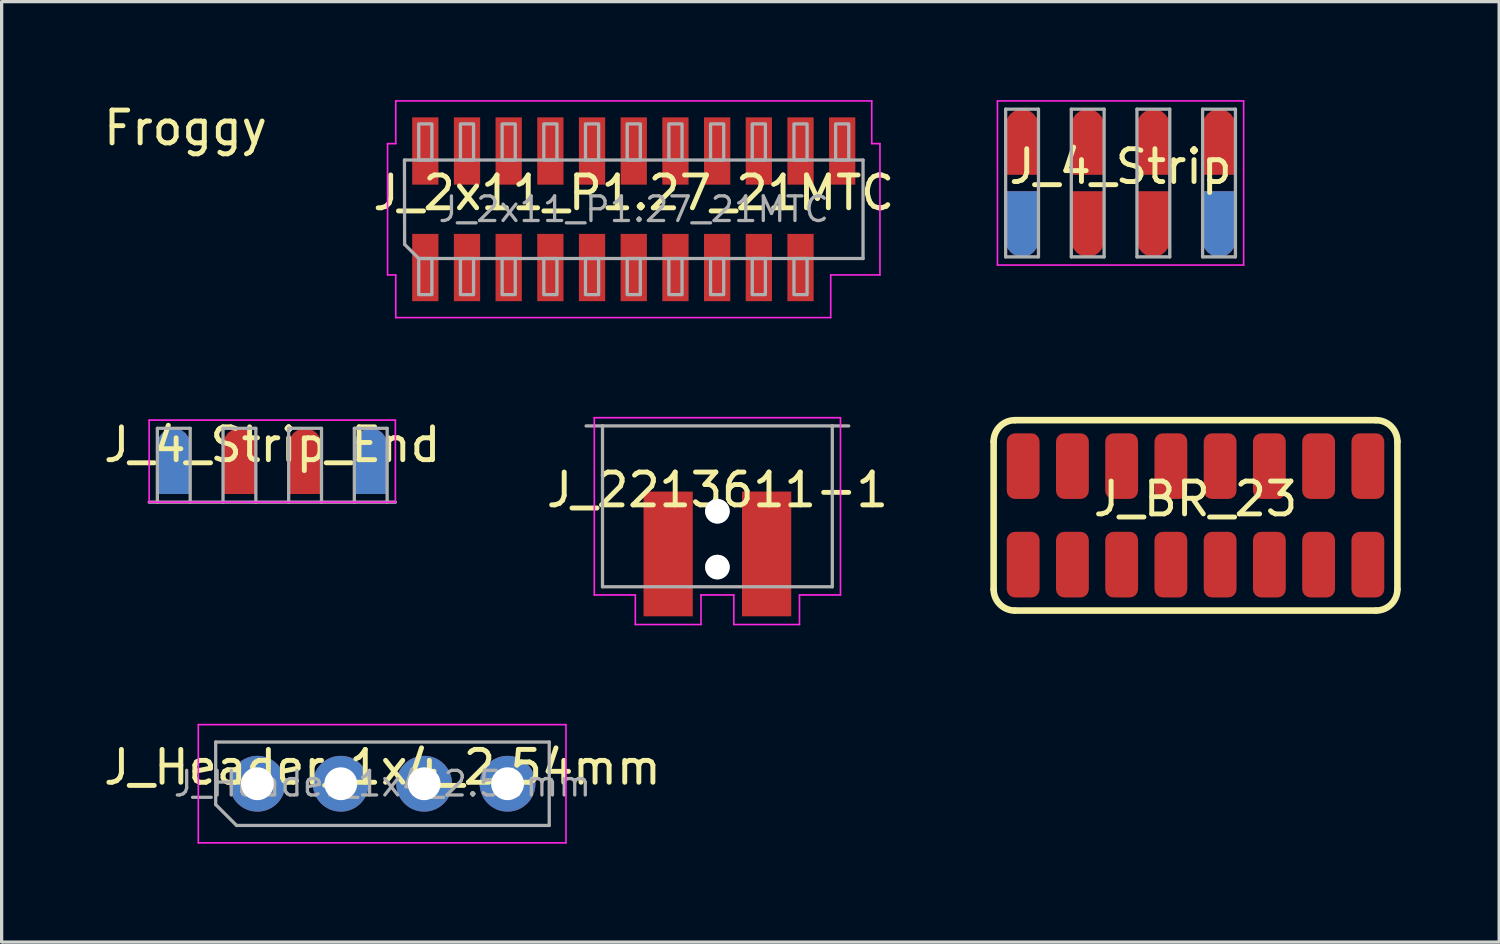
<source format=kicad_pcb>
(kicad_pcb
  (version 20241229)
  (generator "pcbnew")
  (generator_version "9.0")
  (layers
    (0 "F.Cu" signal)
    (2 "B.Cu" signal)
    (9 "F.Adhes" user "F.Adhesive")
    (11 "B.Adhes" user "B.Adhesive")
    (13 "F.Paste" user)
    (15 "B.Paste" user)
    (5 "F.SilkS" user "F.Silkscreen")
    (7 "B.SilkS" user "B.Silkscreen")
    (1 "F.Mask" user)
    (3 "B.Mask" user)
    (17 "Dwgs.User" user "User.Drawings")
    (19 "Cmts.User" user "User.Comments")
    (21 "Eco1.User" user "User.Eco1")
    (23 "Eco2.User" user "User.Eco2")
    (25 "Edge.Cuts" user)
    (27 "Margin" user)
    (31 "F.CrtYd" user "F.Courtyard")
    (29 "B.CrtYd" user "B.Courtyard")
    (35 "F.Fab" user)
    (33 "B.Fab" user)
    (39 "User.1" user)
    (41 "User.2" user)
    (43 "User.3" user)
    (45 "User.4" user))
  (footprint "J_Header_1x4_2.54mm"
    (layer "F.Cu")
    (at 8.601 20.825)
    (property "Reference" "J_Header_1x4_2.54mm" (at 0 -0.5 0) (unlocked yes) (layer "F.SilkS") (effects (font (size 1 1) (thickness 0.15))))
    (attr through_hole)
    (fp_line (start -5.61 -1.8) (end -5.61 1.8) (stroke (width 0.05) (type solid)) (layer "F.CrtYd"))
    (fp_line (start -5.61 1.8) (end 5.59 1.8) (stroke (width 0.05) (type solid)) (layer "F.CrtYd"))
    (fp_line (start 5.59 -1.8) (end -5.61 -1.8) (stroke (width 0.05) (type solid)) (layer "F.CrtYd"))
    (fp_line (start 5.59 1.8) (end 5.59 -1.8) (stroke (width 0.05) (type solid)) (layer "F.CrtYd"))
    (fp_line (start -5.08 -1.27) (end 5.08 -1.27) (stroke (width 0.1) (type solid)) (layer "F.Fab"))
    (fp_line (start -5.08 0.635) (end -5.08 -1.27) (stroke (width 0.1) (type solid)) (layer "F.Fab"))
    (fp_line (start -4.445 1.27) (end -5.08 0.635) (stroke (width 0.1) (type solid)) (layer "F.Fab"))
    (fp_line (start 5.08 -1.27) (end 5.08 1.27) (stroke (width 0.1) (type solid)) (layer "F.Fab"))
    (fp_line (start 5.08 1.27) (end -4.445 1.27) (stroke (width 0.1) (type solid)) (layer "F.Fab"))
    (fp_text user "${REFERENCE}" (at 0 0 180) (layer "F.Fab") (effects (font (size 0.75 0.75) (thickness 0.1))))
    (pad "1" thru_hole circle (at -3.81 0 90) (size 1.7 1.7) (drill 1) (layers "*.Cu" "*.Mask"))
    (pad "2" thru_hole oval (at -1.27 0 90) (size 1.7 1.7) (drill 1) (layers "*.Cu" "*.Mask"))
    (pad "3" thru_hole oval (at 1.27 0 90) (size 1.7 1.7) (drill 1) (layers "*.Cu" "*.Mask"))
    (pad "4" thru_hole oval (at 3.81 0 90) (size 1.7 1.7) (drill 1) (layers "*.Cu" "*.Mask")))
  (footprint "J_2x11_P1.27_21MTC"
    (layer "F.Cu")
    (at 16.256 3.325)
    (property "Reference" "J_2x11_P1.27_21MTC" (at 0 -0.5 0) (unlocked yes) (layer "F.SilkS") (effects (font (size 1 1) (thickness 0.15))))
    (attr smd)
    (fp_line (start -7.5 -2) (end -7.25 -2) (stroke (width 0.05) (type default)) (layer "F.CrtYd"))
    (fp_line (start -7.5 2) (end -7.5 -2) (stroke (width 0.05) (type default)) (layer "F.CrtYd"))
    (fp_line (start -7.25 -3.3) (end 7.25 -3.3) (stroke (width 0.05) (type default)) (layer "F.CrtYd"))
    (fp_line (start -7.25 -2) (end -7.25 -3.3) (stroke (width 0.05) (type default)) (layer "F.CrtYd"))
    (fp_line (start -7.25 2) (end -7.5 2) (stroke (width 0.05) (type default)) (layer "F.CrtYd"))
    (fp_line (start -7.25 3.3) (end -7.25 2) (stroke (width 0.05) (type default)) (layer "F.CrtYd"))
    (fp_line (start 6 2) (end 6 3.3) (stroke (width 0.05) (type default)) (layer "F.CrtYd"))
    (fp_line (start 6 3.3) (end -7.25 3.3) (stroke (width 0.05) (type default)) (layer "F.CrtYd"))
    (fp_line (start 7.25 -3.3) (end 7.25 -2) (stroke (width 0.05) (type default)) (layer "F.CrtYd"))
    (fp_line (start 7.25 -2) (end 7.5 -2) (stroke (width 0.05) (type default)) (layer "F.CrtYd"))
    (fp_line (start 7.5 -2) (end 7.5 2) (stroke (width 0.05) (type default)) (layer "F.CrtYd"))
    (fp_line (start 7.5 2) (end 6 2) (stroke (width 0.05) (type default)) (layer "F.CrtYd"))
    (fp_line (start -6.985 -1.5) (end 6.985 -1.5) (stroke (width 0.1) (type default)) (layer "F.Fab"))
    (fp_line (start -6.98 1.07) (end -6.985 -1.5) (stroke (width 0.1) (type default)) (layer "F.Fab"))
    (fp_line (start -6.55 1.5) (end -6.98 1.07) (stroke (width 0.1) (type default)) (layer "F.Fab"))
    (fp_line (start 6.985 -1.5) (end 6.985 1.5) (stroke (width 0.1) (type default)) (layer "F.Fab"))
    (fp_line (start 6.985 1.5) (end -6.55 1.5) (stroke (width 0.1) (type default)) (layer "F.Fab"))
    (fp_rect (start -6.55 -2.6) (end -6.15 -1.5) (stroke (width 0.1) (type default)) (fill no) (layer "F.Fab"))
    (fp_rect (start -6.55 1.5) (end -6.15 2.6) (stroke (width 0.1) (type default)) (fill no) (layer "F.Fab"))
    (fp_rect (start -5.28 -2.6) (end -4.88 -1.5) (stroke (width 0.1) (type default)) (fill no) (layer "F.Fab"))
    (fp_rect (start -5.28 1.5) (end -4.88 2.6) (stroke (width 0.1) (type default)) (fill no) (layer "F.Fab"))
    (fp_rect (start -4.01 -2.6) (end -3.61 -1.5) (stroke (width 0.1) (type default)) (fill no) (layer "F.Fab"))
    (fp_rect (start -4.01 1.5) (end -3.61 2.6) (stroke (width 0.1) (type default)) (fill no) (layer "F.Fab"))
    (fp_rect (start -2.74 -2.6) (end -2.34 -1.5) (stroke (width 0.1) (type default)) (fill no) (layer "F.Fab"))
    (fp_rect (start -2.74 1.5) (end -2.34 2.6) (stroke (width 0.1) (type default)) (fill no) (layer "F.Fab"))
    (fp_rect (start -1.47 -2.6) (end -1.07 -1.5) (stroke (width 0.1) (type default)) (fill no) (layer "F.Fab"))
    (fp_rect (start -1.47 1.5) (end -1.07 2.6) (stroke (width 0.1) (type default)) (fill no) (layer "F.Fab"))
    (fp_rect (start -0.2 -2.6) (end 0.2 -1.5) (stroke (width 0.1) (type default)) (fill no) (layer "F.Fab"))
    (fp_rect (start -0.2 1.5) (end 0.2 2.6) (stroke (width 0.1) (type default)) (fill no) (layer "F.Fab"))
    (fp_rect (start 1.07 -2.6) (end 1.47 -1.5) (stroke (width 0.1) (type default)) (fill no) (layer "F.Fab"))
    (fp_rect (start 1.07 1.5) (end 1.47 2.6) (stroke (width 0.1) (type default)) (fill no) (layer "F.Fab"))
    (fp_rect (start 2.34 -2.6) (end 2.74 -1.5) (stroke (width 0.1) (type default)) (fill no) (layer "F.Fab"))
    (fp_rect (start 2.34 1.5) (end 2.74 2.6) (stroke (width 0.1) (type default)) (fill no) (layer "F.Fab"))
    (fp_rect (start 3.61 -2.6) (end 4.01 -1.5) (stroke (width 0.1) (type default)) (fill no) (layer "F.Fab"))
    (fp_rect (start 3.61 1.5) (end 4.01 2.6) (stroke (width 0.1) (type default)) (fill no) (layer "F.Fab"))
    (fp_rect (start 4.88 -2.6) (end 5.28 -1.5) (stroke (width 0.1) (type default)) (fill no) (layer "F.Fab"))
    (fp_rect (start 4.88 1.5) (end 5.28 2.6) (stroke (width 0.1) (type default)) (fill no) (layer "F.Fab"))
    (fp_rect (start 6.15 -2.6) (end 6.55 -1.5) (stroke (width 0.1) (type default)) (fill no) (layer "F.Fab"))
    (fp_text user "${REFERENCE}" (at 0 0 0) (layer "F.Fab") (effects (font (size 0.75 0.75) (thickness 0.1))))
    (pad "1" smd rect (at -6.35 1.775 90) (size 2.05 0.8) (layers "F.Cu" "F.Mask" "F.Paste"))
    (pad "2" smd rect (at -5.08 1.775 90) (size 2.05 0.8) (layers "F.Cu" "F.Mask" "F.Paste"))
    (pad "3" smd rect (at -3.81 1.775 90) (size 2.05 0.8) (layers "F.Cu" "F.Mask" "F.Paste"))
    (pad "4" smd rect (at -2.54 1.775 90) (size 2.05 0.8) (layers "F.Cu" "F.Mask" "F.Paste"))
    (pad "5" smd rect (at -1.27 1.775 90) (size 2.05 0.8) (layers "F.Cu" "F.Mask" "F.Paste"))
    (pad "6" smd rect (at 0 1.775 90) (size 2.05 0.8) (layers "F.Cu" "F.Mask" "F.Paste"))
    (pad "7" smd rect (at 1.27 1.775 90) (size 2.05 0.8) (layers "F.Cu" "F.Mask" "F.Paste"))
    (pad "8" smd rect (at 2.54 1.775 90) (size 2.05 0.8) (layers "F.Cu" "F.Mask" "F.Paste"))
    (pad "9" smd rect (at 3.81 1.775 90) (size 2.05 0.8) (layers "F.Cu" "F.Mask" "F.Paste"))
    (pad "10" smd rect (at 5.08 1.775 90) (size 2.05 0.8) (layers "F.Cu" "F.Mask" "F.Paste"))
    (pad "12" smd rect (at 6.35 -1.775 90) (size 2.05 0.8) (layers "F.Cu" "F.Mask" "F.Paste"))
    (pad "13" smd rect (at 5.08 -1.775 90) (size 2.05 0.8) (layers "F.Cu" "F.Mask" "F.Paste"))
    (pad "14" smd rect (at 3.81 -1.775 90) (size 2.05 0.8) (layers "F.Cu" "F.Mask" "F.Paste"))
    (pad "15" smd rect (at 2.54 -1.775 90) (size 2.05 0.8) (layers "F.Cu" "F.Mask" "F.Paste"))
    (pad "16" smd rect (at 1.27 -1.775 90) (size 2.05 0.8) (layers "F.Cu" "F.Mask" "F.Paste"))
    (pad "17" smd rect (at 0 -1.775 90) (size 2.05 0.8) (layers "F.Cu" "F.Mask" "F.Paste"))
    (pad "18" smd rect (at -1.27 -1.775 90) (size 2.05 0.8) (layers "F.Cu" "F.Mask" "F.Paste"))
    (pad "19" smd rect (at -2.54 -1.775 90) (size 2.05 0.8) (layers "F.Cu" "F.Mask" "F.Paste"))
    (pad "20" smd rect (at -3.81 -1.775 90) (size 2.05 0.8) (layers "F.Cu" "F.Mask" "F.Paste"))
    (pad "21" smd rect (at -5.08 -1.775 90) (size 2.05 0.8) (layers "F.Cu" "F.Mask" "F.Paste"))
    (pad "22" smd rect (at -6.35 -1.775 90) (size 2.05 0.8) (layers "F.Cu" "F.Mask" "F.Paste")))
  (footprint "J_4_Strip_End"
    (layer "F.Cu")
    (at 5.244 10.998)
    (property "Reference" "J_4_Strip_End" (at 0 -0.5 0) (unlocked yes) (layer "F.SilkS") (effects (font (size 1 1) (thickness 0.15))))
    (attr smd exclude_from_pos_files exclude_from_bom)
    (fp_line (start -3.75 -1.25) (end 3.75 -1.25) (stroke (width 0.05) (type default)) (layer "F.CrtYd"))
    (fp_line (start -3.75 1.25) (end -3.75 -1.25) (stroke (width 0.05) (type default)) (layer "F.CrtYd"))
    (fp_line (start -3.75 1.25) (end 3.75 1.25) (stroke (width 0.05) (type default)) (layer "F.CrtYd"))
    (fp_line (start 3.75 -1.25) (end 3.75 1.25) (stroke (width 0.05) (type default)) (layer "F.CrtYd"))
    (fp_line (start -3.75 1.25) (end 3.75 1.25) (stroke (width 0.1) (type default)) (layer "F.Fab"))
    (fp_line (start -3.5 -1) (end -3.5 1.25) (stroke (width 0.1) (type default)) (layer "F.Fab"))
    (fp_line (start -2.5 -1) (end -3.5 -1) (stroke (width 0.1) (type default)) (layer "F.Fab"))
    (fp_line (start -2.5 1.25) (end -2.5 -1) (stroke (width 0.1) (type default)) (layer "F.Fab"))
    (fp_line (start -1.5 -1) (end -1.5 1.25) (stroke (width 0.1) (type default)) (layer "F.Fab"))
    (fp_line (start -0.5 -1) (end -1.5 -1) (stroke (width 0.1) (type default)) (layer "F.Fab"))
    (fp_line (start -0.5 1.25) (end -0.5 -1) (stroke (width 0.1) (type default)) (layer "F.Fab"))
    (fp_line (start 0.5 -1) (end 0.5 1.25) (stroke (width 0.1) (type default)) (layer "F.Fab"))
    (fp_line (start 1.5 -1) (end 0.5 -1) (stroke (width 0.1) (type default)) (layer "F.Fab"))
    (fp_line (start 1.5 1.25) (end 1.5 -1) (stroke (width 0.1) (type default)) (layer "F.Fab"))
    (fp_line (start 2.5 -1) (end 2.5 1.25) (stroke (width 0.1) (type default)) (layer "F.Fab"))
    (fp_line (start 3.5 -1) (end 2.5 -1) (stroke (width 0.1) (type default)) (layer "F.Fab"))
    (fp_line (start 3.5 1.25) (end 3.5 -1) (stroke (width 0.1) (type default)) (layer "F.Fab"))
    (pad "1" smd roundrect (at -3 0 90) (size 2 1) (layers "F.Cu" "F.Mask") (roundrect_rratio 0.5) (chamfer_ratio 0) (chamfer top_left bottom_left))
    (pad "1" smd roundrect (at -3 0 270) (size 2 1) (layers "B.Cu" "B.Mask") (roundrect_rratio 0.5) (chamfer_ratio 0) (chamfer top_right bottom_right))
    (pad "2" smd roundrect (at -1 0 90) (size 2 1) (layers "F.Cu" "F.Mask") (roundrect_rratio 0.5) (chamfer_ratio 0) (chamfer top_left bottom_left))
    (pad "3" smd roundrect (at 1 0 90) (size 2 1) (layers "F.Cu" "F.Mask") (roundrect_rratio 0.5) (chamfer_ratio 0) (chamfer top_left bottom_left))
    (pad "4" smd roundrect (at 3 0 90) (size 2 1) (layers "F.Cu" "F.Mask") (roundrect_rratio 0.5) (chamfer_ratio 0) (chamfer top_left bottom_left))
    (pad "4" smd roundrect (at 3 0 270) (size 2 1) (layers "B.Cu" "B.Mask") (roundrect_rratio 0.5) (chamfer_ratio 0) (chamfer top_right bottom_right)))
  (footprint "Froggy"
    (layer "F.Cu")
    (at 2.601 1.348)
    (property "Reference" "Froggy" (at 0 -0.5 0) (unlocked yes) (layer "F.SilkS") (effects (font (size 1 1) (thickness 0.15))))
    (attr smd exclude_from_pos_files exclude_from_bom)
    (fp_arc (start 0.282843 0.282843) (mid 0 0.4) (end -0.282843 0.282843) (stroke (width 0.2) (type solid)) (layer "F.Mask"))
    (fp_circle (center -0.55 -0.85) (end -0.35 -0.85) (stroke (width 0.2) (type solid)) (fill no) (layer "F.Mask"))
    (fp_circle (center 0 0) (end 0.8 0) (stroke (width 0.2) (type solid)) (fill no) (layer "F.Mask"))
    (fp_circle (center 0.55 -0.85) (end 0.75 -0.85) (stroke (width 0.2) (type solid)) (fill no) (layer "F.Mask")))
  (footprint "J_BR_23"
    (layer "F.Cu")
    (at 33.369 12.65)
    (property "Reference" "J_BR_23" (at 0 -0.5 0) (unlocked yes) (layer "F.SilkS") (effects (font (size 1 1) (thickness 0.15))))
    (attr smd exclude_from_pos_files exclude_from_bom allow_missing_courtyard)
    (fp_line (start -6.15 2.25) (end -6.15 -2.25) (stroke (width 0.2) (type default)) (layer "F.SilkS"))
    (fp_line (start -5.5 -2.9) (end 5.5 -2.9) (stroke (width 0.2) (type default)) (layer "F.SilkS"))
    (fp_line (start 5.5 2.9) (end -5.5 2.9) (stroke (width 0.2) (type default)) (layer "F.SilkS"))
    (fp_line (start 6.15 -2.25) (end 6.15 2.25) (stroke (width 0.2) (type default)) (layer "F.SilkS"))
    (fp_arc (start -6.149999 -2.25) (mid -5.959619 -2.709619) (end -5.5 -2.899999) (stroke (width 0.2) (type default)) (layer "F.SilkS"))
    (fp_arc (start -5.5 2.9) (mid -5.959619 2.709619) (end -6.15 2.25) (stroke (width 0.2) (type default)) (layer "F.SilkS"))
    (fp_arc (start 5.5 -2.899999) (mid 5.959619 -2.709619) (end 6.149999 -2.25) (stroke (width 0.2) (type default)) (layer "F.SilkS"))
    (fp_arc (start 6.149999 2.25) (mid 5.959619 2.709619) (end 5.5 2.899999) (stroke (width 0.2) (type default)) (layer "F.SilkS"))
    (pad "1" smd roundrect (at -5.25 1.5 90) (size 2 1) (layers "F.Cu" "F.Mask") (roundrect_rratio 0.25))
    (pad "2" smd roundrect (at -3.75 1.5 90) (size 2 1) (layers "F.Cu" "F.Mask") (roundrect_rratio 0.25))
    (pad "3" smd roundrect (at -2.25 1.5 90) (size 2 1) (layers "F.Cu" "F.Mask") (roundrect_rratio 0.25))
    (pad "4" smd roundrect (at -0.75 1.5 90) (size 2 1) (layers "F.Cu" "F.Mask") (roundrect_rratio 0.25))
    (pad "5" smd roundrect (at 0.75 1.5 90) (size 2 1) (layers "F.Cu" "F.Mask") (roundrect_rratio 0.25))
    (pad "6" smd roundrect (at 2.25 1.5 90) (size 2 1) (layers "F.Cu" "F.Mask") (roundrect_rratio 0.25))
    (pad "7" smd roundrect (at 3.75 1.5 90) (size 2 1) (layers "F.Cu" "F.Mask") (roundrect_rratio 0.25))
    (pad "8" smd roundrect (at 5.25 1.5 90) (size 2 1) (layers "F.Cu" "F.Mask") (roundrect_rratio 0.25))
    (pad "9" smd roundrect (at 5.25 -1.5 90) (size 2 1) (layers "F.Cu" "F.Mask") (roundrect_rratio 0.25))
    (pad "10" smd roundrect (at 3.75 -1.5 90) (size 2 1) (layers "F.Cu" "F.Mask") (roundrect_rratio 0.25))
    (pad "11" smd roundrect (at 2.25 -1.5 90) (size 2 1) (layers "F.Cu" "F.Mask") (roundrect_rratio 0.25))
    (pad "12" smd roundrect (at 0.75 -1.5 90) (size 2 1) (layers "F.Cu" "F.Mask") (roundrect_rratio 0.25))
    (pad "13" smd roundrect (at -0.75 -1.5 90) (size 2 1) (layers "F.Cu" "F.Mask") (roundrect_rratio 0.25))
    (pad "14" smd roundrect (at -2.25 -1.5 90) (size 2 1) (layers "F.Cu" "F.Mask") (roundrect_rratio 0.25))
    (pad "15" smd roundrect (at -3.75 -1.5 90) (size 2 1) (layers "F.Cu" "F.Mask") (roundrect_rratio 0.25))
    (pad "16" smd roundrect (at -5.25 -1.5 90) (size 2 1) (layers "F.Cu" "F.Mask") (roundrect_rratio 0.25)))
  (footprint "J_4_Strip"
    (layer "F.Cu")
    (at 31.085 2.525)
    (property "Reference" "J_4_Strip" (at 0 -0.5 0) (unlocked yes) (layer "F.SilkS") (effects (font (size 1 1) (thickness 0.15))))
    (attr smd exclude_from_pos_files exclude_from_bom)
    (fp_line (start -3.75 -2.5) (end 3.75 -2.5) (stroke (width 0.05) (type default)) (layer "F.CrtYd"))
    (fp_line (start -3.75 2.5) (end -3.75 -2.5) (stroke (width 0.05) (type default)) (layer "F.CrtYd"))
    (fp_line (start 3.75 -2.5) (end 3.75 2.5) (stroke (width 0.05) (type default)) (layer "F.CrtYd"))
    (fp_line (start 3.75 2.5) (end -3.75 2.5) (stroke (width 0.05) (type default)) (layer "F.CrtYd"))
    (fp_line (start -3.5 -2.25) (end -3.5 2.25) (stroke (width 0.1) (type default)) (layer "F.Fab"))
    (fp_line (start -3.5 2.25) (end -2.5 2.25) (stroke (width 0.1) (type default)) (layer "F.Fab"))
    (fp_line (start -2.5 -2.25) (end -3.5 -2.25) (stroke (width 0.1) (type default)) (layer "F.Fab"))
    (fp_line (start -2.5 2.25) (end -2.5 -2.25) (stroke (width 0.1) (type default)) (layer "F.Fab"))
    (fp_line (start -1.5 -2.25) (end -1.5 2.25) (stroke (width 0.1) (type default)) (layer "F.Fab"))
    (fp_line (start -1.5 2.25) (end -0.5 2.25) (stroke (width 0.1) (type default)) (layer "F.Fab"))
    (fp_line (start -0.5 -2.25) (end -1.5 -2.25) (stroke (width 0.1) (type default)) (layer "F.Fab"))
    (fp_line (start -0.5 2.25) (end -0.5 -2.25) (stroke (width 0.1) (type default)) (layer "F.Fab"))
    (fp_line (start 0.5 -2.25) (end 0.5 2.25) (stroke (width 0.1) (type default)) (layer "F.Fab"))
    (fp_line (start 0.5 2.25) (end 1.5 2.25) (stroke (width 0.1) (type default)) (layer "F.Fab"))
    (fp_line (start 1.5 -2.25) (end 0.5 -2.25) (stroke (width 0.1) (type default)) (layer "F.Fab"))
    (fp_line (start 1.5 2.25) (end 1.5 -2.25) (stroke (width 0.1) (type default)) (layer "F.Fab"))
    (fp_line (start 2.5 -2.25) (end 2.5 2.25) (stroke (width 0.1) (type default)) (layer "F.Fab"))
    (fp_line (start 2.5 2.25) (end 3.5 2.25) (stroke (width 0.1) (type default)) (layer "F.Fab"))
    (fp_line (start 3.5 -2.25) (end 2.5 -2.25) (stroke (width 0.1) (type default)) (layer "F.Fab"))
    (fp_line (start 3.5 2.25) (end 3.5 -2.25) (stroke (width 0.1) (type default)) (layer "F.Fab"))
    (pad "1" smd roundrect (at -3 -1.25 90) (size 2 1) (layers "F.Cu" "F.Mask") (roundrect_rratio 0.5) (chamfer_ratio 0) (chamfer top_left bottom_left))
    (pad "1" smd roundrect (at -3 1.25 270) (size 2 1) (layers "F.Cu" "F.Mask") (roundrect_rratio 0.5) (chamfer_ratio 0) (chamfer top_left bottom_left))
    (pad "1" smd roundrect (at -3 1.25 90) (size 2 1) (layers "B.Cu" "B.Mask") (roundrect_rratio 0.5) (chamfer_ratio 0) (chamfer top_right bottom_right))
    (pad "2" smd roundrect (at -1 1.25 270) (size 2 1) (layers "F.Cu" "F.Mask") (roundrect_rratio 0.5) (chamfer_ratio 0) (chamfer top_left bottom_left))
    (pad "2" smd roundrect (at -1 -1.25 90) (size 2 1) (layers "F.Cu" "F.Mask") (roundrect_rratio 0.5) (chamfer_ratio 0) (chamfer top_left bottom_left))
    (pad "3" smd roundrect (at 1 -1.25 90) (size 2 1) (layers "F.Cu" "F.Mask") (roundrect_rratio 0.5) (chamfer_ratio 0) (chamfer top_left bottom_left))
    (pad "3" smd roundrect (at 1 1.25 270) (size 2 1) (layers "F.Cu" "F.Mask") (roundrect_rratio 0.5) (chamfer_ratio 0) (chamfer top_left bottom_left))
    (pad "4" smd roundrect (at 3 -1.25 90) (size 2 1) (layers "F.Cu" "F.Mask") (roundrect_rratio 0.5) (chamfer_ratio 0) (chamfer top_left bottom_left))
    (pad "4" smd roundrect (at 3 1.25 90) (size 2 1) (layers "B.Cu" "B.Mask") (roundrect_rratio 0.5) (chamfer_ratio 0) (chamfer top_right bottom_right))
    (pad "4" smd roundrect (at 3 1.25 270) (size 2 1) (layers "F.Cu" "F.Mask") (roundrect_rratio 0.5) (chamfer_ratio 0) (chamfer top_left bottom_left)))
  (footprint "J_2213611-1"
    (layer "F.Cu")
    (at 18.804 12.375)
    (property "Reference" "J_2213611-1" (at 0 -0.5 0) (unlocked yes) (layer "F.SilkS") (effects (font (size 1 1) (thickness 0.15))))
    (attr smd)
    (fp_line (start -3.75 -2.7) (end -3.75 2.7) (stroke (width 0.05) (type default)) (layer "F.CrtYd"))
    (fp_line (start -3.75 2.7) (end -2.5 2.7) (stroke (width 0.05) (type default)) (layer "F.CrtYd"))
    (fp_line (start -2.5 3.6) (end -2.5 2.7) (stroke (width 0.05) (type default)) (layer "F.CrtYd"))
    (fp_line (start -2.5 3.6) (end -0.5 3.6) (stroke (width 0.05) (type default)) (layer "F.CrtYd"))
    (fp_line (start -0.5 2.7) (end 0.5 2.7) (stroke (width 0.05) (type default)) (layer "F.CrtYd"))
    (fp_line (start -0.5 3.6) (end -0.5 2.7) (stroke (width 0.05) (type default)) (layer "F.CrtYd"))
    (fp_line (start 0.5 2.7) (end 0.5 3.6) (stroke (width 0.05) (type default)) (layer "F.CrtYd"))
    (fp_line (start 0.5 3.6) (end 2.5 3.6) (stroke (width 0.05) (type default)) (layer "F.CrtYd"))
    (fp_line (start 2.5 2.7) (end 3.75 2.7) (stroke (width 0.05) (type default)) (layer "F.CrtYd"))
    (fp_line (start 2.5 3.6) (end 2.5 2.7) (stroke (width 0.05) (type default)) (layer "F.CrtYd"))
    (fp_line (start 3.75 -2.7) (end -3.75 -2.7) (stroke (width 0.05) (type default)) (layer "F.CrtYd"))
    (fp_line (start 3.75 2.7) (end 3.75 -2.7) (stroke (width 0.05) (type default)) (layer "F.CrtYd"))
    (fp_line (start -3.5 -2.45) (end -4 -2.45) (stroke (width 0.1) (type default)) (layer "F.Fab"))
    (fp_line (start -3.5 -2.45) (end -3.5 2.45) (stroke (width 0.1) (type default)) (layer "F.Fab"))
    (fp_line (start -3.5 2.45) (end 3.5 2.45) (stroke (width 0.1) (type default)) (layer "F.Fab"))
    (fp_line (start 3.5 -2.45) (end -3.5 -2.45) (stroke (width 0.1) (type default)) (layer "F.Fab"))
    (fp_line (start 3.5 -2.45) (end 4 -2.45) (stroke (width 0.1) (type default)) (layer "F.Fab"))
    (fp_line (start 3.5 2.45) (end 3.5 -2.45) (stroke (width 0.1) (type default)) (layer "F.Fab"))
    (fp_circle (center 0 0.15) (end 0.325 0.15) (stroke (width 0.1) (type default)) (fill no) (layer "F.Fab"))
    (fp_circle (center 0 1.85) (end 0.325 1.85) (stroke (width 0.1) (type default)) (fill no) (layer "F.Fab"))
    (pad "" np_thru_hole circle (at 0 0.15 90) (size 0.75 0.75) (drill 0.75) (layers "*.Cu" "*.Mask"))
    (pad "" np_thru_hole circle (at 0 1.85 90) (size 0.75 0.75) (drill 0.75) (layers "*.Cu" "*.Mask"))
    (pad "1" smd rect (at -1.5 1.45 90) (size 3.8 1.5) (layers "F.Cu" "F.Mask" "F.Paste"))
    (pad "2" smd rect (at 1.5 1.45 90) (size 3.8 1.5) (layers "F.Cu" "F.Mask" "F.Paste")))
  (gr_rect
    (start -3 -3)
    (end 42.619 25.65)
    (stroke (width 0.1) (type default))
    (fill no)
    (layer "Edge.Cuts")))
</source>
